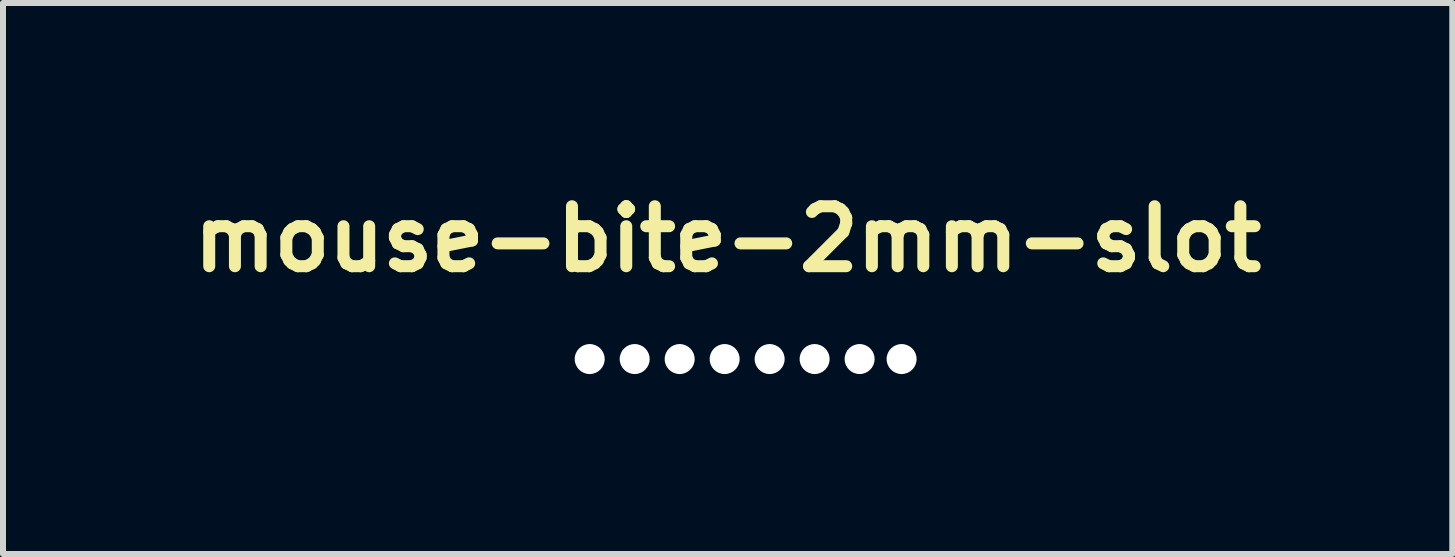
<source format=kicad_pcb>
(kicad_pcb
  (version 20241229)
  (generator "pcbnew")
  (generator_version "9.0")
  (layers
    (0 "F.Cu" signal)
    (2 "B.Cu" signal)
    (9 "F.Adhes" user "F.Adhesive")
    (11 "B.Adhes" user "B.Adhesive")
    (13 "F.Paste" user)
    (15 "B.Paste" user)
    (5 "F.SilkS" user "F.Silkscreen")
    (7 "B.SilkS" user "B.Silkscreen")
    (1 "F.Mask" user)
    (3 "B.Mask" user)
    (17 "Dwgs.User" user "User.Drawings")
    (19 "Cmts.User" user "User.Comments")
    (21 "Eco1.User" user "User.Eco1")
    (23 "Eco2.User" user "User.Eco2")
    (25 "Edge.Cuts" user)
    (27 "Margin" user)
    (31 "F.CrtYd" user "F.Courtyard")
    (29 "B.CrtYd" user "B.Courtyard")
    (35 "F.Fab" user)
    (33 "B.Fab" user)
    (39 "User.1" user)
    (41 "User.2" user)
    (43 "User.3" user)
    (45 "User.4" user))
  (footprint "mouse-bite-2mm-slot"
    (layer "F.Cu")
    (at 9.081 2.936)
    (property "Reference" "mouse-bite-2mm-slot" (at 0 -2 0) (layer "F.SilkS") (effects (font (size 1 1) (thickness 0.2))))
    (attr through_hole)
    (pad "" np_thru_hole circle (at -2.3 0) (size 0.5 0.5) (drill 0.5) (layers "*.Cu" "*.Mask"))
    (pad "" np_thru_hole circle (at -1.55 0) (size 0.5 0.5) (drill 0.5) (layers "*.Cu" "*.Mask"))
    (pad "" np_thru_hole circle (at -0.8 0) (size 0.5 0.5) (drill 0.5) (layers "*.Cu" "*.Mask"))
    (pad "" np_thru_hole circle (at -0.05 0) (size 0.5 0.5) (drill 0.5) (layers "*.Cu" "*.Mask"))
    (pad "" np_thru_hole circle (at 0.7 0) (size 0.5 0.5) (drill 0.5) (layers "*.Cu" "*.Mask"))
    (pad "" np_thru_hole circle (at 1.45 0) (size 0.5 0.5) (drill 0.5) (layers "*.Cu" "*.Mask"))
    (pad "" np_thru_hole circle (at 2.2 0) (size 0.5 0.5) (drill 0.5) (layers "*.Cu" "*.Mask"))
    (pad "" np_thru_hole circle (at 2.9 0) (size 0.5 0.5) (drill 0.5) (layers "*.Cu" "*.Mask")))
  (gr_rect
    (start -3 -3)
    (end 21.162 6.186)
    (stroke (width 0.1) (type default))
    (fill no)
    (layer "Edge.Cuts")))
</source>
